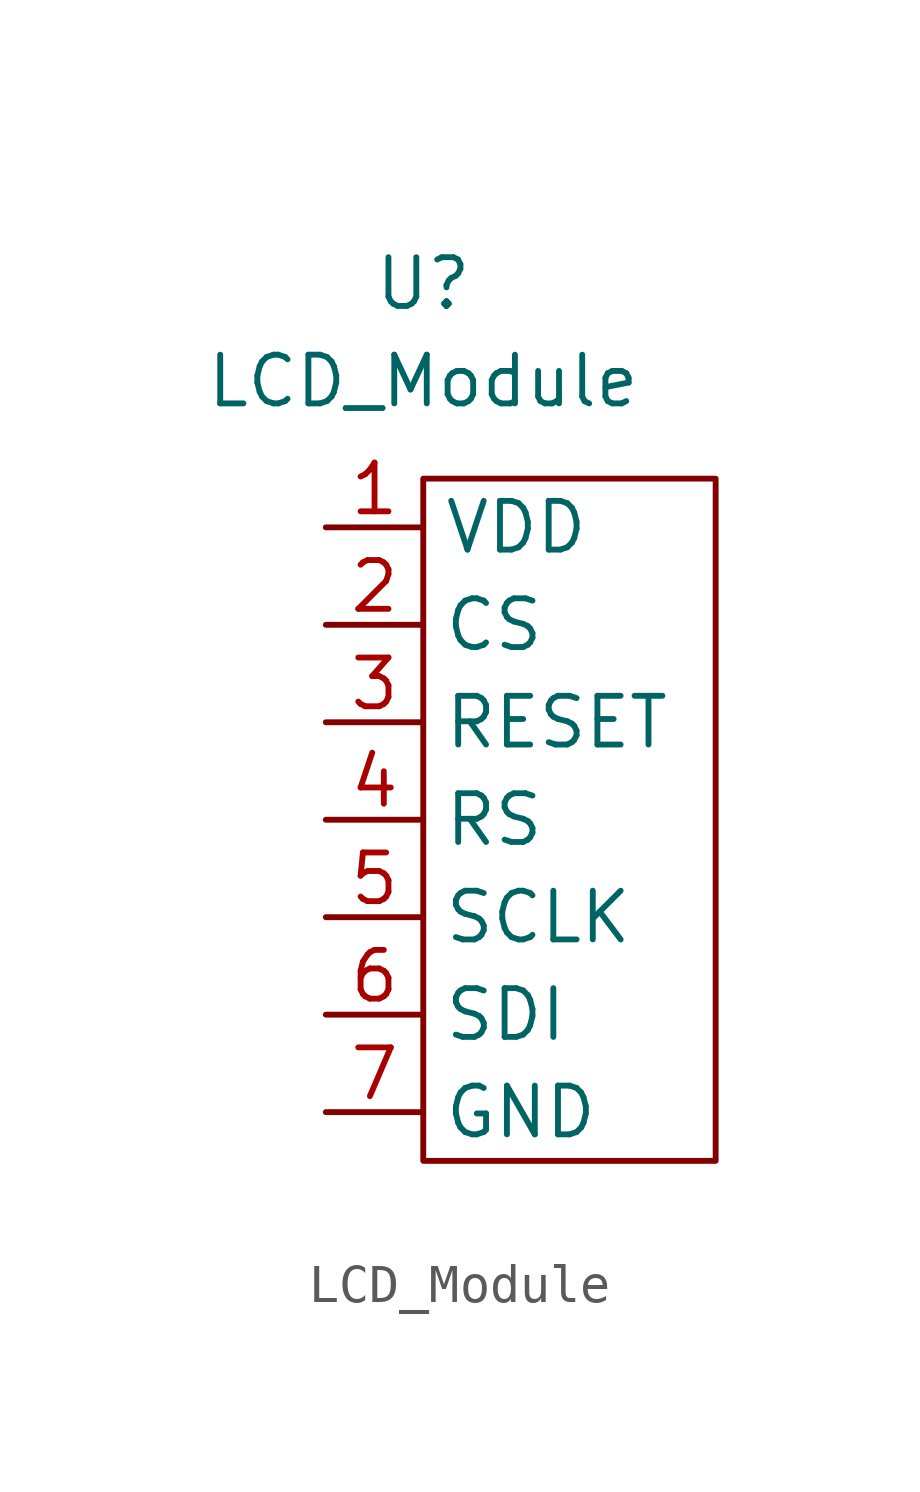
<source format=kicad_sym>
(kicad_symbol_lib
  (version 20211014)
  (generator kicad_symbol_editor)
  (symbol "LCD_Module"
    (property "Reference" "U"
      (at 0 5.08 0)
      (effects (font (size 1.27 1.27))))
    (property "Value" "LCD_Module"
      (at 0 2.54 0)
      (effects (font (size 1.27 1.27))))
    (symbol "LCD_Module_0_1"
      (rectangle (start 0 0) (end 7.62 -17.78) (stroke (width 0) (type default) (color 0 0 0 0)) (fill (type none))))
    (symbol "LCD_Module_1_1"
      (pin bidirectional line (at -2.54 -1.27 0) (length 2.54) (name "VDD" (effects (font (size 1.27 1.27)))) (number "1" (effects (font (size 1.27 1.27)))))
      (pin bidirectional line (at -2.54 -3.81 0) (length 2.54) (name "CS" (effects (font (size 1.27 1.27)))) (number "2" (effects (font (size 1.27 1.27)))))
      (pin bidirectional line (at -2.54 -6.35 0) (length 2.54) (name "RESET" (effects (font (size 1.27 1.27)))) (number "3" (effects (font (size 1.27 1.27)))))
      (pin bidirectional line (at -2.54 -8.89 0) (length 2.54) (name "RS" (effects (font (size 1.27 1.27)))) (number "4" (effects (font (size 1.27 1.27)))))
      (pin bidirectional line (at -2.54 -11.43 0) (length 2.54) (name "SCLK" (effects (font (size 1.27 1.27)))) (number "5" (effects (font (size 1.27 1.27)))))
      (pin bidirectional line (at -2.54 -13.97 0) (length 2.54) (name "SDI" (effects (font (size 1.27 1.27)))) (number "6" (effects (font (size 1.27 1.27)))))
      (pin bidirectional line (at -2.54 -16.51 0) (length 2.54) (name "GND" (effects (font (size 1.27 1.27)))) (number "7" (effects (font (size 1.27 1.27))))))))
</source>
